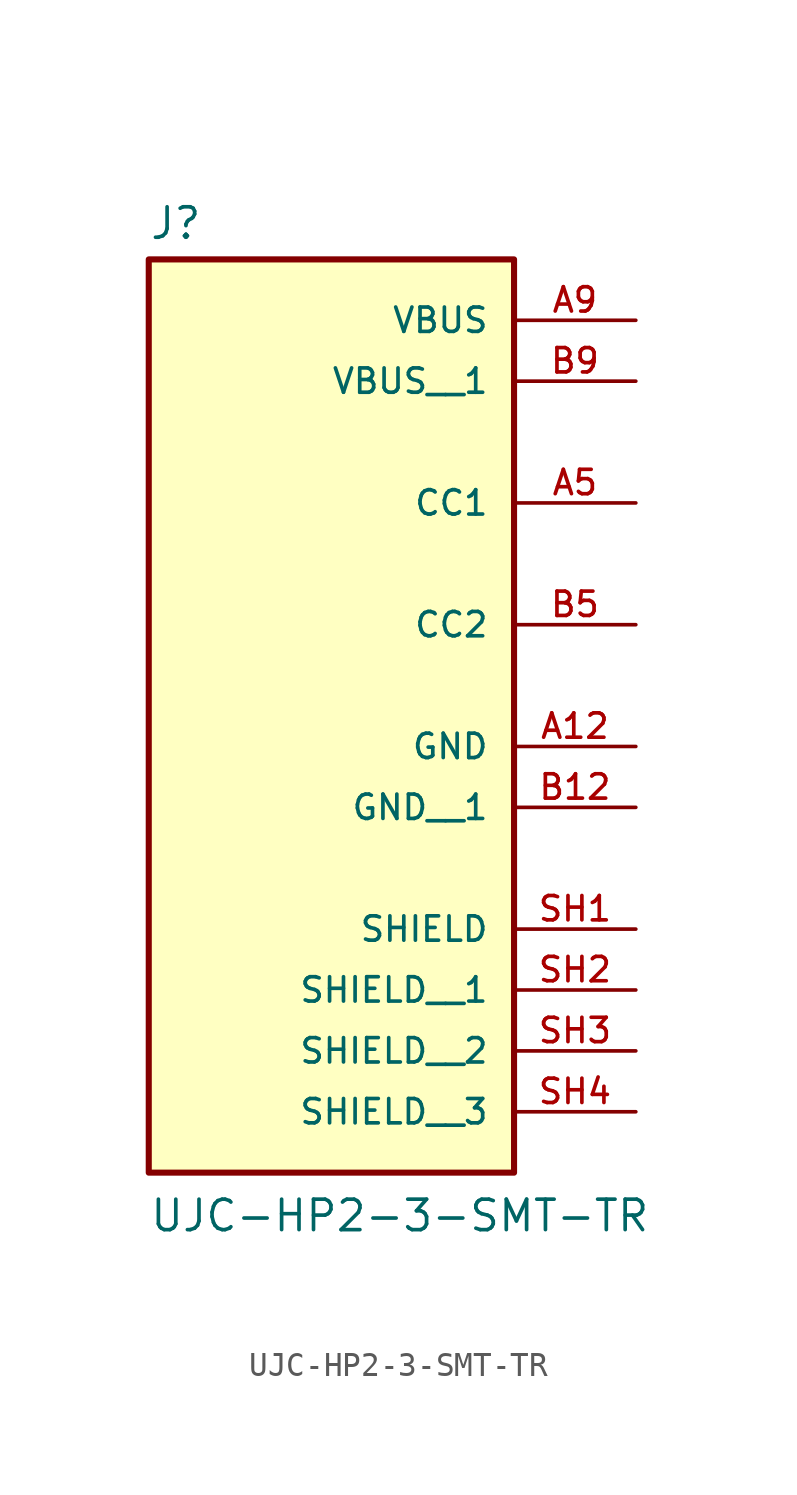
<source format=kicad_sym>
(kicad_symbol_lib
  (version 20220914)
  (generator kicad_symbol_editor)
  (symbol "UJC-HP2-3-SMT-TR"
    (pin_names
      (offset 1.016))
    (property "Reference" "J"
      (at -7.62 13.462 0)
      (effects (font (size 1.27 1.27)) (justify left bottom)))
    (property "Value" "UJC-HP2-3-SMT-TR"
      (at -7.62 -27.94 0)
      (effects (font (size 1.27 1.27)) (justify left bottom)))
    (symbol "UJC-HP2-3-SMT-TR_0_0"
      (rectangle (start -7.62 -25.4) (end 7.62 12.7) (stroke (width 0.254) (type default)) (fill (type background)))
      (pin passive line (at 12.7 -7.62 180) (length 5.08) (name "GND" (effects (font (size 1.016 1.016)))) (number "A12" (effects (font (size 1.016 1.016)))))
      (pin passive line (at 12.7 2.54 180) (length 5.08) (name "CC1" (effects (font (size 1.016 1.016)))) (number "A5" (effects (font (size 1.016 1.016)))))
      (pin passive line (at 12.7 10.16 180) (length 5.08) (name "VBUS" (effects (font (size 1.016 1.016)))) (number "A9" (effects (font (size 1.016 1.016)))))
      (pin passive line (at 12.7 -10.16 180) (length 5.08) (name "GND__1" (effects (font (size 1.016 1.016)))) (number "B12" (effects (font (size 1.016 1.016)))))
      (pin passive line (at 12.7 -2.54 180) (length 5.08) (name "CC2" (effects (font (size 1.016 1.016)))) (number "B5" (effects (font (size 1.016 1.016)))))
      (pin passive line (at 12.7 7.62 180) (length 5.08) (name "VBUS__1" (effects (font (size 1.016 1.016)))) (number "B9" (effects (font (size 1.016 1.016)))))
      (pin passive line (at 12.7 -15.24 180) (length 5.08) (name "SHIELD" (effects (font (size 1.016 1.016)))) (number "SH1" (effects (font (size 1.016 1.016)))))
      (pin passive line (at 12.7 -17.78 180) (length 5.08) (name "SHIELD__1" (effects (font (size 1.016 1.016)))) (number "SH2" (effects (font (size 1.016 1.016)))))
      (pin passive line (at 12.7 -20.32 180) (length 5.08) (name "SHIELD__2" (effects (font (size 1.016 1.016)))) (number "SH3" (effects (font (size 1.016 1.016)))))
      (pin passive line (at 12.7 -22.86 180) (length 5.08) (name "SHIELD__3" (effects (font (size 1.016 1.016)))) (number "SH4" (effects (font (size 1.016 1.016))))))))
</source>
